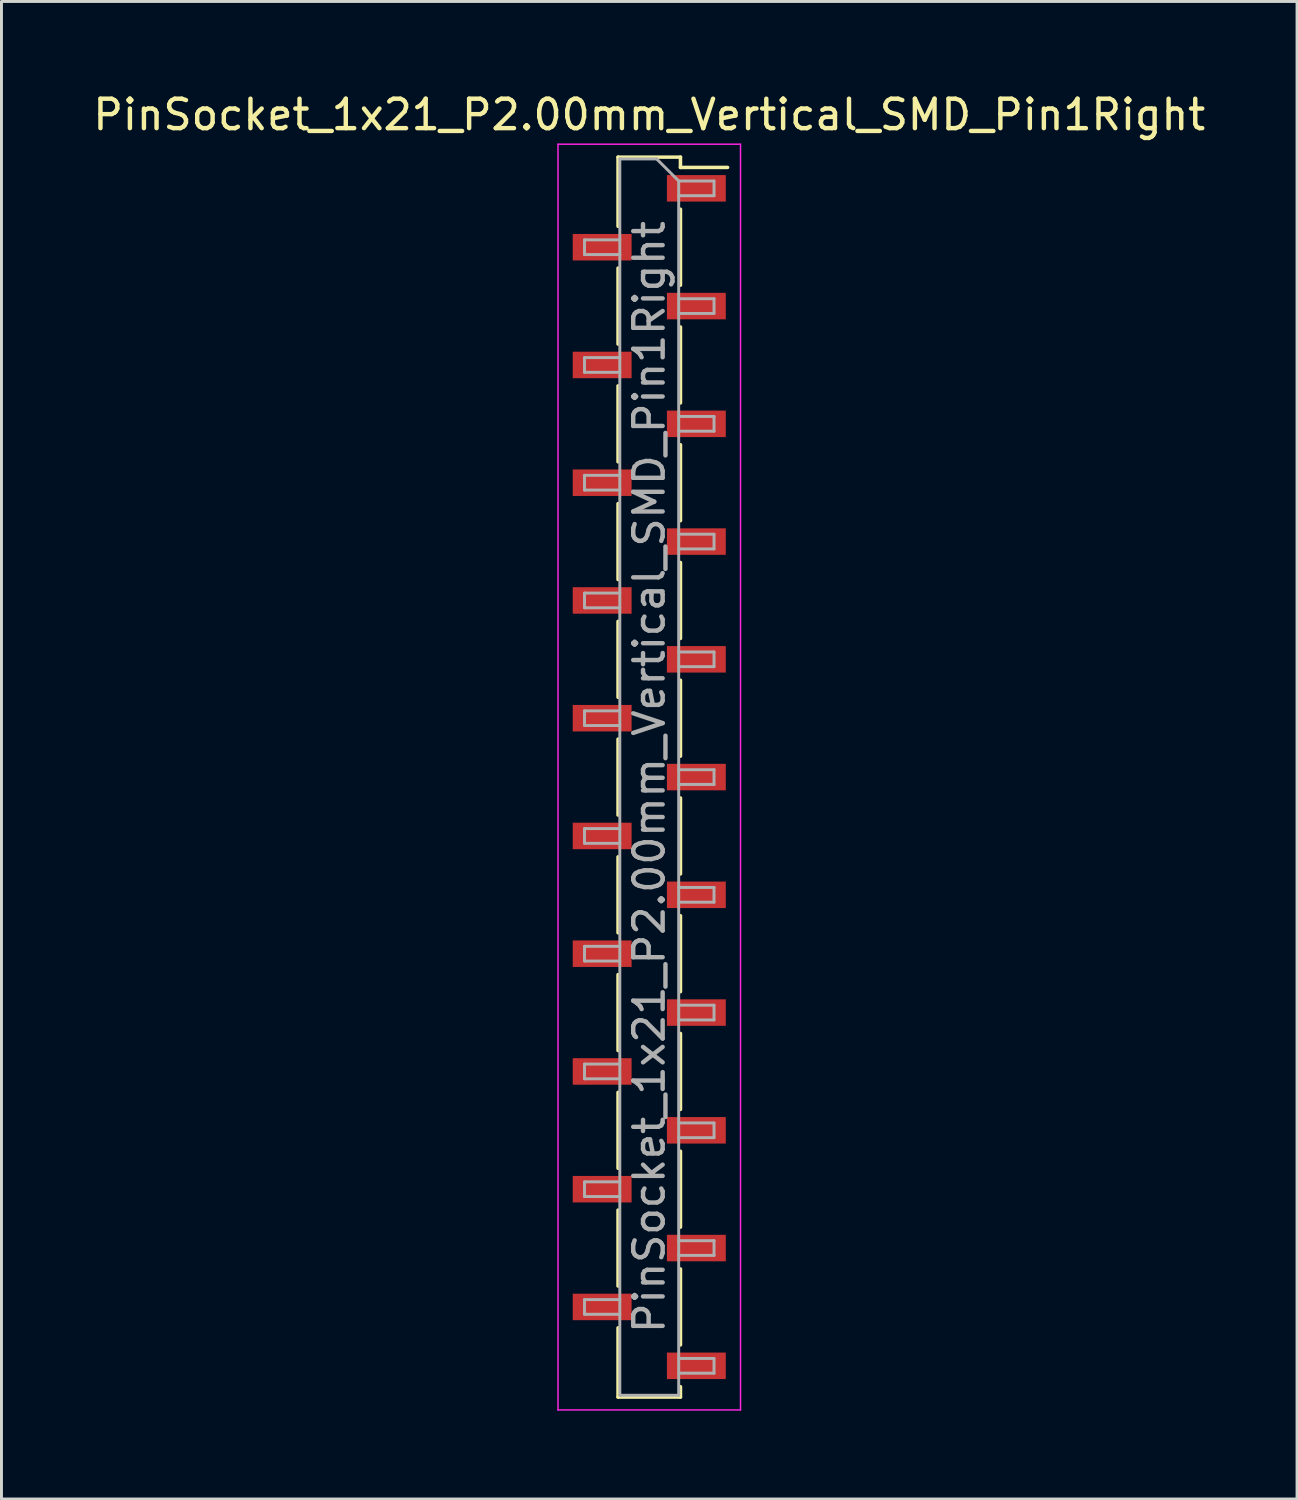
<source format=kicad_pcb>
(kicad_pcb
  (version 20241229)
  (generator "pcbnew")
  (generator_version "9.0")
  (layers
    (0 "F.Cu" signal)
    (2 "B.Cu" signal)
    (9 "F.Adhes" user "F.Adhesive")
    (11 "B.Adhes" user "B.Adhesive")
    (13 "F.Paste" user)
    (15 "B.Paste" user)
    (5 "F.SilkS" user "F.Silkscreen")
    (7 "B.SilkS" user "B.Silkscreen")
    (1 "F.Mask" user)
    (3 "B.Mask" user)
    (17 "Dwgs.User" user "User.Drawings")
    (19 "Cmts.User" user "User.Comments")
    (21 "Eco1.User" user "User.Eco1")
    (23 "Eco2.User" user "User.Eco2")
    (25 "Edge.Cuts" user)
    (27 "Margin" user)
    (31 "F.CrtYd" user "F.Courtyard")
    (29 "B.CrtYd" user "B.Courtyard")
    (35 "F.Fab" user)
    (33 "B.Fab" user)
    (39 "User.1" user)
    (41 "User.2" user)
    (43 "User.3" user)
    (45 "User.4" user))
  (footprint "PinSocket_1x21_P2.00mm_Vertical_SMD_Pin1Right"
    (layer "F.Cu")
    (at 19.006 23.348)
    (property "Reference" "PinSocket_1x21_P2.00mm_Vertical_SMD_Pin1Right" (at 0 -22.5 0) (layer "F.SilkS") (effects (font (size 1 1) (thickness 0.15))))
    (attr smd)
    (fp_line (start -1.06 -21.06) (end -1.06 -18.71) (stroke (width 0.12) (type solid)) (layer "F.SilkS"))
    (fp_line (start -1.06 -21.06) (end 1.06 -21.06) (stroke (width 0.12) (type solid)) (layer "F.SilkS"))
    (fp_line (start -1.06 -17.29) (end -1.06 -14.71) (stroke (width 0.12) (type solid)) (layer "F.SilkS"))
    (fp_line (start -1.06 -13.29) (end -1.06 -10.71) (stroke (width 0.12) (type solid)) (layer "F.SilkS"))
    (fp_line (start -1.06 -9.29) (end -1.06 -6.71) (stroke (width 0.12) (type solid)) (layer "F.SilkS"))
    (fp_line (start -1.06 -5.29) (end -1.06 -2.71) (stroke (width 0.12) (type solid)) (layer "F.SilkS"))
    (fp_line (start -1.06 -1.29) (end -1.06 1.29) (stroke (width 0.12) (type solid)) (layer "F.SilkS"))
    (fp_line (start -1.06 2.71) (end -1.06 5.29) (stroke (width 0.12) (type solid)) (layer "F.SilkS"))
    (fp_line (start -1.06 6.71) (end -1.06 9.29) (stroke (width 0.12) (type solid)) (layer "F.SilkS"))
    (fp_line (start -1.06 10.71) (end -1.06 13.29) (stroke (width 0.12) (type solid)) (layer "F.SilkS"))
    (fp_line (start -1.06 14.71) (end -1.06 17.29) (stroke (width 0.12) (type solid)) (layer "F.SilkS"))
    (fp_line (start -1.06 18.71) (end -1.06 21.06) (stroke (width 0.12) (type solid)) (layer "F.SilkS"))
    (fp_line (start 1.06 -21.06) (end 1.06 -20.71) (stroke (width 0.12) (type solid)) (layer "F.SilkS"))
    (fp_line (start 1.06 -20.71) (end 2.66 -20.71) (stroke (width 0.12) (type solid)) (layer "F.SilkS"))
    (fp_line (start 1.06 -19.29) (end 1.06 -16.71) (stroke (width 0.12) (type solid)) (layer "F.SilkS"))
    (fp_line (start 1.06 -15.29) (end 1.06 -12.71) (stroke (width 0.12) (type solid)) (layer "F.SilkS"))
    (fp_line (start 1.06 -11.29) (end 1.06 -8.71) (stroke (width 0.12) (type solid)) (layer "F.SilkS"))
    (fp_line (start 1.06 -7.29) (end 1.06 -4.71) (stroke (width 0.12) (type solid)) (layer "F.SilkS"))
    (fp_line (start 1.06 -3.29) (end 1.06 -0.71) (stroke (width 0.12) (type solid)) (layer "F.SilkS"))
    (fp_line (start 1.06 0.71) (end 1.06 3.29) (stroke (width 0.12) (type solid)) (layer "F.SilkS"))
    (fp_line (start 1.06 4.71) (end 1.06 7.29) (stroke (width 0.12) (type solid)) (layer "F.SilkS"))
    (fp_line (start 1.06 8.71) (end 1.06 11.29) (stroke (width 0.12) (type solid)) (layer "F.SilkS"))
    (fp_line (start 1.06 12.71) (end 1.06 15.29) (stroke (width 0.12) (type solid)) (layer "F.SilkS"))
    (fp_line (start 1.06 16.71) (end 1.06 19.29) (stroke (width 0.12) (type solid)) (layer "F.SilkS"))
    (fp_line (start 1.06 20.71) (end 1.06 21.06) (stroke (width 0.12) (type solid)) (layer "F.SilkS"))
    (fp_line (start 1.06 21.06) (end -1.06 21.06) (stroke (width 0.12) (type solid)) (layer "F.SilkS"))
    (fp_line (start -3.1 -21.5) (end 3.1 -21.5) (stroke (width 0.05) (type solid)) (layer "F.CrtYd"))
    (fp_line (start -3.1 21.5) (end -3.1 -21.5) (stroke (width 0.05) (type solid)) (layer "F.CrtYd"))
    (fp_line (start 3.1 -21.5) (end 3.1 21.5) (stroke (width 0.05) (type solid)) (layer "F.CrtYd"))
    (fp_line (start 3.1 21.5) (end -3.1 21.5) (stroke (width 0.05) (type solid)) (layer "F.CrtYd"))
    (fp_line (start -2.2 -18.25) (end -1 -18.25) (stroke (width 0.1) (type solid)) (layer "F.Fab"))
    (fp_line (start -2.2 -17.75) (end -2.2 -18.25) (stroke (width 0.1) (type solid)) (layer "F.Fab"))
    (fp_line (start -2.2 -14.25) (end -1 -14.25) (stroke (width 0.1) (type solid)) (layer "F.Fab"))
    (fp_line (start -2.2 -13.75) (end -2.2 -14.25) (stroke (width 0.1) (type solid)) (layer "F.Fab"))
    (fp_line (start -2.2 -10.25) (end -1 -10.25) (stroke (width 0.1) (type solid)) (layer "F.Fab"))
    (fp_line (start -2.2 -9.75) (end -2.2 -10.25) (stroke (width 0.1) (type solid)) (layer "F.Fab"))
    (fp_line (start -2.2 -6.25) (end -1 -6.25) (stroke (width 0.1) (type solid)) (layer "F.Fab"))
    (fp_line (start -2.2 -5.75) (end -2.2 -6.25) (stroke (width 0.1) (type solid)) (layer "F.Fab"))
    (fp_line (start -2.2 -2.25) (end -1 -2.25) (stroke (width 0.1) (type solid)) (layer "F.Fab"))
    (fp_line (start -2.2 -1.75) (end -2.2 -2.25) (stroke (width 0.1) (type solid)) (layer "F.Fab"))
    (fp_line (start -2.2 1.75) (end -1 1.75) (stroke (width 0.1) (type solid)) (layer "F.Fab"))
    (fp_line (start -2.2 2.25) (end -2.2 1.75) (stroke (width 0.1) (type solid)) (layer "F.Fab"))
    (fp_line (start -2.2 5.75) (end -1 5.75) (stroke (width 0.1) (type solid)) (layer "F.Fab"))
    (fp_line (start -2.2 6.25) (end -2.2 5.75) (stroke (width 0.1) (type solid)) (layer "F.Fab"))
    (fp_line (start -2.2 9.75) (end -1 9.75) (stroke (width 0.1) (type solid)) (layer "F.Fab"))
    (fp_line (start -2.2 10.25) (end -2.2 9.75) (stroke (width 0.1) (type solid)) (layer "F.Fab"))
    (fp_line (start -2.2 13.75) (end -1 13.75) (stroke (width 0.1) (type solid)) (layer "F.Fab"))
    (fp_line (start -2.2 14.25) (end -2.2 13.75) (stroke (width 0.1) (type solid)) (layer "F.Fab"))
    (fp_line (start -2.2 17.75) (end -1 17.75) (stroke (width 0.1) (type solid)) (layer "F.Fab"))
    (fp_line (start -2.2 18.25) (end -2.2 17.75) (stroke (width 0.1) (type solid)) (layer "F.Fab"))
    (fp_line (start -1 -21) (end 0.25 -21) (stroke (width 0.1) (type solid)) (layer "F.Fab"))
    (fp_line (start -1 -17.75) (end -2.2 -17.75) (stroke (width 0.1) (type solid)) (layer "F.Fab"))
    (fp_line (start -1 -13.75) (end -2.2 -13.75) (stroke (width 0.1) (type solid)) (layer "F.Fab"))
    (fp_line (start -1 -9.75) (end -2.2 -9.75) (stroke (width 0.1) (type solid)) (layer "F.Fab"))
    (fp_line (start -1 -5.75) (end -2.2 -5.75) (stroke (width 0.1) (type solid)) (layer "F.Fab"))
    (fp_line (start -1 -1.75) (end -2.2 -1.75) (stroke (width 0.1) (type solid)) (layer "F.Fab"))
    (fp_line (start -1 2.25) (end -2.2 2.25) (stroke (width 0.1) (type solid)) (layer "F.Fab"))
    (fp_line (start -1 6.25) (end -2.2 6.25) (stroke (width 0.1) (type solid)) (layer "F.Fab"))
    (fp_line (start -1 10.25) (end -2.2 10.25) (stroke (width 0.1) (type solid)) (layer "F.Fab"))
    (fp_line (start -1 14.25) (end -2.2 14.25) (stroke (width 0.1) (type solid)) (layer "F.Fab"))
    (fp_line (start -1 18.25) (end -2.2 18.25) (stroke (width 0.1) (type solid)) (layer "F.Fab"))
    (fp_line (start -1 21) (end -1 -21) (stroke (width 0.1) (type solid)) (layer "F.Fab"))
    (fp_line (start 0.25 -21) (end 1 -20.25) (stroke (width 0.1) (type solid)) (layer "F.Fab"))
    (fp_line (start 1 -20.25) (end 1 21) (stroke (width 0.1) (type solid)) (layer "F.Fab"))
    (fp_line (start 1 -20.25) (end 2.2 -20.25) (stroke (width 0.1) (type solid)) (layer "F.Fab"))
    (fp_line (start 1 -16.25) (end 2.2 -16.25) (stroke (width 0.1) (type solid)) (layer "F.Fab"))
    (fp_line (start 1 -12.25) (end 2.2 -12.25) (stroke (width 0.1) (type solid)) (layer "F.Fab"))
    (fp_line (start 1 -8.25) (end 2.2 -8.25) (stroke (width 0.1) (type solid)) (layer "F.Fab"))
    (fp_line (start 1 -4.25) (end 2.2 -4.25) (stroke (width 0.1) (type solid)) (layer "F.Fab"))
    (fp_line (start 1 -0.25) (end 2.2 -0.25) (stroke (width 0.1) (type solid)) (layer "F.Fab"))
    (fp_line (start 1 3.75) (end 2.2 3.75) (stroke (width 0.1) (type solid)) (layer "F.Fab"))
    (fp_line (start 1 7.75) (end 2.2 7.75) (stroke (width 0.1) (type solid)) (layer "F.Fab"))
    (fp_line (start 1 11.75) (end 2.2 11.75) (stroke (width 0.1) (type solid)) (layer "F.Fab"))
    (fp_line (start 1 15.75) (end 2.2 15.75) (stroke (width 0.1) (type solid)) (layer "F.Fab"))
    (fp_line (start 1 19.75) (end 2.2 19.75) (stroke (width 0.1) (type solid)) (layer "F.Fab"))
    (fp_line (start 1 21) (end -1 21) (stroke (width 0.1) (type solid)) (layer "F.Fab"))
    (fp_line (start 2.2 -20.25) (end 2.2 -19.75) (stroke (width 0.1) (type solid)) (layer "F.Fab"))
    (fp_line (start 2.2 -19.75) (end 1 -19.75) (stroke (width 0.1) (type solid)) (layer "F.Fab"))
    (fp_line (start 2.2 -16.25) (end 2.2 -15.75) (stroke (width 0.1) (type solid)) (layer "F.Fab"))
    (fp_line (start 2.2 -15.75) (end 1 -15.75) (stroke (width 0.1) (type solid)) (layer "F.Fab"))
    (fp_line (start 2.2 -12.25) (end 2.2 -11.75) (stroke (width 0.1) (type solid)) (layer "F.Fab"))
    (fp_line (start 2.2 -11.75) (end 1 -11.75) (stroke (width 0.1) (type solid)) (layer "F.Fab"))
    (fp_line (start 2.2 -8.25) (end 2.2 -7.75) (stroke (width 0.1) (type solid)) (layer "F.Fab"))
    (fp_line (start 2.2 -7.75) (end 1 -7.75) (stroke (width 0.1) (type solid)) (layer "F.Fab"))
    (fp_line (start 2.2 -4.25) (end 2.2 -3.75) (stroke (width 0.1) (type solid)) (layer "F.Fab"))
    (fp_line (start 2.2 -3.75) (end 1 -3.75) (stroke (width 0.1) (type solid)) (layer "F.Fab"))
    (fp_line (start 2.2 -0.25) (end 2.2 0.25) (stroke (width 0.1) (type solid)) (layer "F.Fab"))
    (fp_line (start 2.2 0.25) (end 1 0.25) (stroke (width 0.1) (type solid)) (layer "F.Fab"))
    (fp_line (start 2.2 3.75) (end 2.2 4.25) (stroke (width 0.1) (type solid)) (layer "F.Fab"))
    (fp_line (start 2.2 4.25) (end 1 4.25) (stroke (width 0.1) (type solid)) (layer "F.Fab"))
    (fp_line (start 2.2 7.75) (end 2.2 8.25) (stroke (width 0.1) (type solid)) (layer "F.Fab"))
    (fp_line (start 2.2 8.25) (end 1 8.25) (stroke (width 0.1) (type solid)) (layer "F.Fab"))
    (fp_line (start 2.2 11.75) (end 2.2 12.25) (stroke (width 0.1) (type solid)) (layer "F.Fab"))
    (fp_line (start 2.2 12.25) (end 1 12.25) (stroke (width 0.1) (type solid)) (layer "F.Fab"))
    (fp_line (start 2.2 15.75) (end 2.2 16.25) (stroke (width 0.1) (type solid)) (layer "F.Fab"))
    (fp_line (start 2.2 16.25) (end 1 16.25) (stroke (width 0.1) (type solid)) (layer "F.Fab"))
    (fp_line (start 2.2 19.75) (end 2.2 20.25) (stroke (width 0.1) (type solid)) (layer "F.Fab"))
    (fp_line (start 2.2 20.25) (end 1 20.25) (stroke (width 0.1) (type solid)) (layer "F.Fab"))
    (fp_text user "${REFERENCE}" (at 0 0 90) (layer "F.Fab") (effects (font (size 1 1) (thickness 0.15))))
    (pad "1" smd rect (at 1.6 -20) (size 2 0.9) (layers "F.Cu" "F.Mask" "F.Paste"))
    (pad "2" smd rect (at -1.6 -18) (size 2 0.9) (layers "F.Cu" "F.Mask" "F.Paste"))
    (pad "3" smd rect (at 1.6 -16) (size 2 0.9) (layers "F.Cu" "F.Mask" "F.Paste"))
    (pad "4" smd rect (at -1.6 -14) (size 2 0.9) (layers "F.Cu" "F.Mask" "F.Paste"))
    (pad "5" smd rect (at 1.6 -12) (size 2 0.9) (layers "F.Cu" "F.Mask" "F.Paste"))
    (pad "6" smd rect (at -1.6 -10) (size 2 0.9) (layers "F.Cu" "F.Mask" "F.Paste"))
    (pad "7" smd rect (at 1.6 -8) (size 2 0.9) (layers "F.Cu" "F.Mask" "F.Paste"))
    (pad "8" smd rect (at -1.6 -6) (size 2 0.9) (layers "F.Cu" "F.Mask" "F.Paste"))
    (pad "9" smd rect (at 1.6 -4) (size 2 0.9) (layers "F.Cu" "F.Mask" "F.Paste"))
    (pad "10" smd rect (at -1.6 -2) (size 2 0.9) (layers "F.Cu" "F.Mask" "F.Paste"))
    (pad "11" smd rect (at 1.6 0) (size 2 0.9) (layers "F.Cu" "F.Mask" "F.Paste"))
    (pad "12" smd rect (at -1.6 2) (size 2 0.9) (layers "F.Cu" "F.Mask" "F.Paste"))
    (pad "13" smd rect (at 1.6 4) (size 2 0.9) (layers "F.Cu" "F.Mask" "F.Paste"))
    (pad "14" smd rect (at -1.6 6) (size 2 0.9) (layers "F.Cu" "F.Mask" "F.Paste"))
    (pad "15" smd rect (at 1.6 8) (size 2 0.9) (layers "F.Cu" "F.Mask" "F.Paste"))
    (pad "16" smd rect (at -1.6 10) (size 2 0.9) (layers "F.Cu" "F.Mask" "F.Paste"))
    (pad "17" smd rect (at 1.6 12) (size 2 0.9) (layers "F.Cu" "F.Mask" "F.Paste"))
    (pad "18" smd rect (at -1.6 14) (size 2 0.9) (layers "F.Cu" "F.Mask" "F.Paste"))
    (pad "19" smd rect (at 1.6 16) (size 2 0.9) (layers "F.Cu" "F.Mask" "F.Paste"))
    (pad "20" smd rect (at -1.6 18) (size 2 0.9) (layers "F.Cu" "F.Mask" "F.Paste"))
    (pad "21" smd rect (at 1.6 20) (size 2 0.9) (layers "F.Cu" "F.Mask" "F.Paste")))
  (gr_rect
    (start -3 -3)
    (end 41.012 47.873)
    (stroke (width 0.1) (type default))
    (fill no)
    (layer "Edge.Cuts")))
</source>
